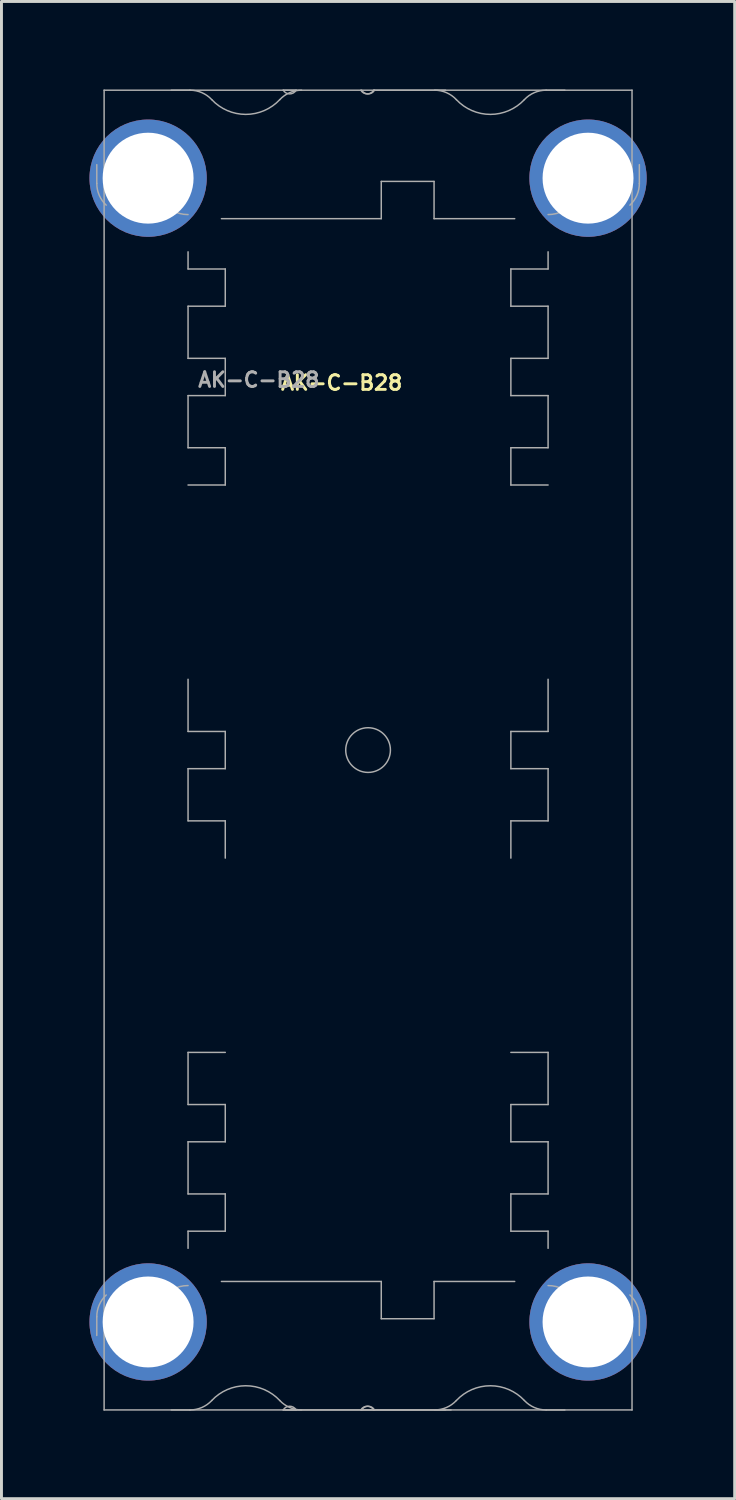
<source format=kicad_pcb>
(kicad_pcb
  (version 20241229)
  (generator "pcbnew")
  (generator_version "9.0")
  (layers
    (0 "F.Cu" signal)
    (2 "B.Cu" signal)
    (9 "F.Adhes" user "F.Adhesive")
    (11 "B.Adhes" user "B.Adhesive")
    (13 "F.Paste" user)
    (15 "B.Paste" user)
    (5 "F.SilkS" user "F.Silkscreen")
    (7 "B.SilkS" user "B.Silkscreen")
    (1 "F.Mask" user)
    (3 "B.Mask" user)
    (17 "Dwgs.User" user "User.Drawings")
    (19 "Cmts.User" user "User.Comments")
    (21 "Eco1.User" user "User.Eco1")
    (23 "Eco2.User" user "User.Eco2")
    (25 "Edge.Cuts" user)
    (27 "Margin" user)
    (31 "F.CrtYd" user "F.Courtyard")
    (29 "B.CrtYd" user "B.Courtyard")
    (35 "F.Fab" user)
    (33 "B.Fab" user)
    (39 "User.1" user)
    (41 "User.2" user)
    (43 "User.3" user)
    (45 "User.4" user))
  (footprint "AK-C-B28"
    (layer "F.Cu")
    (at 9.5 22.525)
    (property "Reference" "AK-C-B28" (at -0.9 -12.525 0) (layer "F.SilkS") (effects (font (size 0.5 0.5) (thickness 0.1))))
    (attr exclude_from_pos_files exclude_from_bom)
    (fp_line (start -9.25 -19.96) (end -9.25 -19.322) (stroke (width 0.05) (type solid)) (layer "F.Fab"))
    (fp_line (start -9.25 19.322) (end -9.25 19.96) (stroke (width 0.05) (type solid)) (layer "F.Fab"))
    (fp_line (start -9 -22.5) (end 9 -22.5) (stroke (width 0.05) (type solid)) (layer "F.Fab"))
    (fp_line (start -9 22.5) (end -9 -22.5) (stroke (width 0.05) (type solid)) (layer "F.Fab"))
    (fp_line (start -9 22.5) (end 9 22.5) (stroke (width 0.05) (type solid)) (layer "F.Fab"))
    (fp_line (start -6.71 22.5) (end -6.072 22.5) (stroke (width 0.05) (type solid)) (layer "F.Fab"))
    (fp_line (start -6.138 -16.988) (end -6.138 -16.404) (stroke (width 0.05) (type solid)) (layer "F.Fab"))
    (fp_line (start -6.138 -16.404) (end -4.869 -16.404) (stroke (width 0.05) (type solid)) (layer "F.Fab"))
    (fp_line (start -6.138 -15.134) (end -6.138 -13.356) (stroke (width 0.05) (type solid)) (layer "F.Fab"))
    (fp_line (start -6.138 -13.356) (end -4.869 -13.356) (stroke (width 0.05) (type solid)) (layer "F.Fab"))
    (fp_line (start -6.138 -12.086) (end -6.138 -10.308) (stroke (width 0.05) (type solid)) (layer "F.Fab"))
    (fp_line (start -6.138 -10.308) (end -4.869 -10.308) (stroke (width 0.05) (type solid)) (layer "F.Fab"))
    (fp_line (start -6.138 -2.413) (end -6.138 -0.635) (stroke (width 0.05) (type solid)) (layer "F.Fab"))
    (fp_line (start -6.138 -0.635) (end -4.869 -0.635) (stroke (width 0.05) (type solid)) (layer "F.Fab"))
    (fp_line (start -6.138 0.635) (end -6.138 2.413) (stroke (width 0.05) (type solid)) (layer "F.Fab"))
    (fp_line (start -6.138 2.413) (end -4.869 2.413) (stroke (width 0.05) (type solid)) (layer "F.Fab"))
    (fp_line (start -6.138 10.308) (end -6.138 12.086) (stroke (width 0.05) (type solid)) (layer "F.Fab"))
    (fp_line (start -6.138 12.086) (end -4.869 12.086) (stroke (width 0.05) (type solid)) (layer "F.Fab"))
    (fp_line (start -6.138 13.356) (end -6.138 15.134) (stroke (width 0.05) (type solid)) (layer "F.Fab"))
    (fp_line (start -6.138 15.134) (end -4.869 15.134) (stroke (width 0.05) (type solid)) (layer "F.Fab"))
    (fp_line (start -6.138 16.404) (end -6.138 16.988) (stroke (width 0.05) (type solid)) (layer "F.Fab"))
    (fp_line (start -6.072 -22.5) (end -6.71 -22.5) (stroke (width 0.05) (type solid)) (layer "F.Fab"))
    (fp_line (start -5 18.119) (end 0.45 18.119) (stroke (width 0.05) (type solid)) (layer "F.Fab"))
    (fp_line (start -4.869 -16.404) (end -4.869 -15.134) (stroke (width 0.05) (type solid)) (layer "F.Fab"))
    (fp_line (start -4.869 -15.134) (end -6.138 -15.134) (stroke (width 0.05) (type solid)) (layer "F.Fab"))
    (fp_line (start -4.869 -13.356) (end -4.869 -12.086) (stroke (width 0.05) (type solid)) (layer "F.Fab"))
    (fp_line (start -4.869 -12.086) (end -6.138 -12.086) (stroke (width 0.05) (type solid)) (layer "F.Fab"))
    (fp_line (start -4.869 -10.308) (end -4.869 -9.038) (stroke (width 0.05) (type solid)) (layer "F.Fab"))
    (fp_line (start -4.869 -9.038) (end -6.138 -9.038) (stroke (width 0.05) (type solid)) (layer "F.Fab"))
    (fp_line (start -4.869 -0.635) (end -4.869 0.635) (stroke (width 0.05) (type solid)) (layer "F.Fab"))
    (fp_line (start -4.869 0.635) (end -6.138 0.635) (stroke (width 0.05) (type solid)) (layer "F.Fab"))
    (fp_line (start -4.869 2.413) (end -4.869 3.683) (stroke (width 0.05) (type solid)) (layer "F.Fab"))
    (fp_line (start -4.869 10.308) (end -6.138 10.308) (stroke (width 0.05) (type solid)) (layer "F.Fab"))
    (fp_line (start -4.869 12.086) (end -4.869 13.356) (stroke (width 0.05) (type solid)) (layer "F.Fab"))
    (fp_line (start -4.869 13.356) (end -6.138 13.356) (stroke (width 0.05) (type solid)) (layer "F.Fab"))
    (fp_line (start -4.869 15.134) (end -4.869 16.404) (stroke (width 0.05) (type solid)) (layer "F.Fab"))
    (fp_line (start -4.869 16.404) (end -6.138 16.404) (stroke (width 0.05) (type solid)) (layer "F.Fab"))
    (fp_line (start -2.893 -22.5) (end -2.453 -22.5) (stroke (width 0.05) (type solid)) (layer "F.Fab"))
    (fp_line (start -2.828 22.5) (end -0.22 22.5) (stroke (width 0.05) (type solid)) (layer "F.Fab"))
    (fp_line (start -2.453 22.5) (end -2.893 22.5) (stroke (width 0.05) (type solid)) (layer "F.Fab"))
    (fp_line (start 0.193 22.5) (end -0.247 22.5) (stroke (width 0.05) (type solid)) (layer "F.Fab"))
    (fp_line (start 0.193 22.5) (end 2.643 22.5) (stroke (width 0.05) (type solid)) (layer "F.Fab"))
    (fp_line (start 0.22 22.5) (end -0.22 22.5) (stroke (width 0.05) (type solid)) (layer "F.Fab"))
    (fp_line (start 0.22 22.5) (end 2.828 22.5) (stroke (width 0.05) (type solid)) (layer "F.Fab"))
    (fp_line (start 0.45 -19.389) (end 0.45 -18.119) (stroke (width 0.05) (type solid)) (layer "F.Fab"))
    (fp_line (start 0.45 -18.119) (end -5 -18.119) (stroke (width 0.05) (type solid)) (layer "F.Fab"))
    (fp_line (start 0.45 18.119) (end 0.45 19.389) (stroke (width 0.05) (type solid)) (layer "F.Fab"))
    (fp_line (start 0.45 19.389) (end 2.25 19.389) (stroke (width 0.05) (type solid)) (layer "F.Fab"))
    (fp_line (start 2.25 -19.389) (end 0.45 -19.389) (stroke (width 0.05) (type solid)) (layer "F.Fab"))
    (fp_line (start 2.25 -18.119) (end 2.25 -19.389) (stroke (width 0.05) (type solid)) (layer "F.Fab"))
    (fp_line (start 2.25 18.119) (end 5 18.119) (stroke (width 0.05) (type solid)) (layer "F.Fab"))
    (fp_line (start 2.25 19.389) (end 2.25 18.119) (stroke (width 0.05) (type solid)) (layer "F.Fab"))
    (fp_line (start 2.643 -22.5) (end 0.193 -22.5) (stroke (width 0.05) (type solid)) (layer "F.Fab"))
    (fp_line (start 4.869 -16.404) (end 6.138 -16.404) (stroke (width 0.05) (type solid)) (layer "F.Fab"))
    (fp_line (start 4.869 -15.134) (end 4.869 -16.404) (stroke (width 0.05) (type solid)) (layer "F.Fab"))
    (fp_line (start 4.869 -13.356) (end 6.138 -13.356) (stroke (width 0.05) (type solid)) (layer "F.Fab"))
    (fp_line (start 4.869 -12.086) (end 4.869 -13.356) (stroke (width 0.05) (type solid)) (layer "F.Fab"))
    (fp_line (start 4.869 -10.308) (end 6.138 -10.308) (stroke (width 0.05) (type solid)) (layer "F.Fab"))
    (fp_line (start 4.869 -9.038) (end 4.869 -10.308) (stroke (width 0.05) (type solid)) (layer "F.Fab"))
    (fp_line (start 4.869 -0.635) (end 6.138 -0.635) (stroke (width 0.05) (type solid)) (layer "F.Fab"))
    (fp_line (start 4.869 0.635) (end 4.869 -0.635) (stroke (width 0.05) (type solid)) (layer "F.Fab"))
    (fp_line (start 4.869 2.413) (end 6.138 2.413) (stroke (width 0.05) (type solid)) (layer "F.Fab"))
    (fp_line (start 4.869 3.683) (end 4.869 2.413) (stroke (width 0.05) (type solid)) (layer "F.Fab"))
    (fp_line (start 4.869 12.086) (end 6.138 12.086) (stroke (width 0.05) (type solid)) (layer "F.Fab"))
    (fp_line (start 4.869 13.356) (end 4.869 12.086) (stroke (width 0.05) (type solid)) (layer "F.Fab"))
    (fp_line (start 4.869 15.134) (end 6.138 15.134) (stroke (width 0.05) (type solid)) (layer "F.Fab"))
    (fp_line (start 4.869 16.404) (end 4.869 15.134) (stroke (width 0.05) (type solid)) (layer "F.Fab"))
    (fp_line (start 5 -18.119) (end 2.25 -18.119) (stroke (width 0.05) (type solid)) (layer "F.Fab"))
    (fp_line (start 6.072 22.5) (end 6.71 22.5) (stroke (width 0.05) (type solid)) (layer "F.Fab"))
    (fp_line (start 6.138 -16.404) (end 6.138 -16.988) (stroke (width 0.05) (type solid)) (layer "F.Fab"))
    (fp_line (start 6.138 -15.134) (end 4.869 -15.134) (stroke (width 0.05) (type solid)) (layer "F.Fab"))
    (fp_line (start 6.138 -13.356) (end 6.138 -15.134) (stroke (width 0.05) (type solid)) (layer "F.Fab"))
    (fp_line (start 6.138 -12.086) (end 4.869 -12.086) (stroke (width 0.05) (type solid)) (layer "F.Fab"))
    (fp_line (start 6.138 -10.308) (end 6.138 -12.086) (stroke (width 0.05) (type solid)) (layer "F.Fab"))
    (fp_line (start 6.138 -9.038) (end 4.869 -9.038) (stroke (width 0.05) (type solid)) (layer "F.Fab"))
    (fp_line (start 6.138 -0.635) (end 6.138 -2.413) (stroke (width 0.05) (type solid)) (layer "F.Fab"))
    (fp_line (start 6.138 0.635) (end 4.869 0.635) (stroke (width 0.05) (type solid)) (layer "F.Fab"))
    (fp_line (start 6.138 2.413) (end 6.138 0.635) (stroke (width 0.05) (type solid)) (layer "F.Fab"))
    (fp_line (start 6.138 10.308) (end 4.869 10.308) (stroke (width 0.05) (type solid)) (layer "F.Fab"))
    (fp_line (start 6.138 12.086) (end 6.138 10.308) (stroke (width 0.05) (type solid)) (layer "F.Fab"))
    (fp_line (start 6.138 13.356) (end 4.869 13.356) (stroke (width 0.05) (type solid)) (layer "F.Fab"))
    (fp_line (start 6.138 15.134) (end 6.138 13.356) (stroke (width 0.05) (type solid)) (layer "F.Fab"))
    (fp_line (start 6.138 16.404) (end 4.869 16.404) (stroke (width 0.05) (type solid)) (layer "F.Fab"))
    (fp_line (start 6.138 16.988) (end 6.138 16.404) (stroke (width 0.05) (type solid)) (layer "F.Fab"))
    (fp_line (start 6.71 -22.5) (end 6.072 -22.5) (stroke (width 0.05) (type solid)) (layer "F.Fab"))
    (fp_line (start 7.15 19.978) (end 7.188 19.9) (stroke (width 0.05) (type solid)) (layer "F.Fab"))
    (fp_line (start 9 22.5) (end 9 -22.5) (stroke (width 0.05) (type solid)) (layer "F.Fab"))
    (fp_line (start 9.25 -19.322) (end 9.25 -19.96) (stroke (width 0.05) (type solid)) (layer "F.Fab"))
    (fp_line (start 9.25 19.96) (end 9.25 19.322) (stroke (width 0.05) (type solid)) (layer "F.Fab"))
    (fp_arc (start -9.250001 19.321823) (mid -9.165991 18.917285) (end -8.927854 18.579648) (stroke (width 0.05) (type solid)) (layer "F.Fab"))
    (fp_arc (start -8.927854 -18.579647) (mid -9.165991 -18.917285) (end -9.25 -19.321822) (stroke (width 0.05) (type solid)) (layer "F.Fab"))
    (fp_arc (start -7.166443 -19.858513) (mid -7.137554 -20.387553) (end -6.608514 -20.416442) (stroke (width 0.05) (type solid)) (layer "F.Fab"))
    (fp_arc (start -7.166442 19.858514) (mid -7.089509 18.777631) (end -6.1385 18.2582) (stroke (width 0.05) (type solid)) (layer "F.Fab"))
    (fp_arc (start -6.608514 20.416443) (mid -7.137554 20.387554) (end -7.166443 19.858514) (stroke (width 0.05) (type solid)) (layer "F.Fab"))
    (fp_arc (start -6.138499 -18.2582) (mid -7.089508 -18.77763) (end -7.166443 -19.858513) (stroke (width 0.05) (type solid)) (layer "F.Fab"))
    (fp_arc (start -6.071822 -22.5) (mid -5.667285 -22.41599) (end -5.329648 -22.177853) (stroke (width 0.05) (type solid)) (layer "F.Fab"))
    (fp_arc (start -5.329648 22.177854) (mid -5.667286 22.415991) (end -6.071823 22.5) (stroke (width 0.05) (type solid)) (layer "F.Fab"))
    (fp_arc (start -5.329647 22.177854) (mid -4.17 21.674501) (end -3.010353 22.177854) (stroke (width 0.05) (type solid)) (layer "F.Fab"))
    (fp_arc (start -3.010353 -22.177854) (mid -2.672715 -22.415991) (end -2.268178 -22.5) (stroke (width 0.05) (type solid)) (layer "F.Fab"))
    (fp_arc (start -3.010352 -22.177853) (mid -4.17 -21.674499) (end -5.329648 -22.177853) (stroke (width 0.05) (type solid)) (layer "F.Fab"))
    (fp_arc (start -2.89297 22.5) (mid -2.673 22.373) (end -2.45303 22.5) (stroke (width 0.05) (type solid)) (layer "F.Fab"))
    (fp_arc (start -2.453029 -22.5) (mid -2.673 -22.373) (end -2.892971 -22.5) (stroke (width 0.05) (type solid)) (layer "F.Fab"))
    (fp_arc (start -2.268178 22.500001) (mid -2.672716 22.415991) (end -3.010353 22.177854) (stroke (width 0.05) (type solid)) (layer "F.Fab"))
    (fp_arc (start -0.24697 22.5) (mid -0.027 22.373) (end 0.19297 22.5) (stroke (width 0.05) (type solid)) (layer "F.Fab"))
    (fp_arc (start -0.21997 22.5) (mid 0 22.373) (end 0.21997 22.5) (stroke (width 0.05) (type solid)) (layer "F.Fab"))
    (fp_arc (start 0.192971 -22.5) (mid -0.027 -22.373) (end -0.246971 -22.5) (stroke (width 0.05) (type solid)) (layer "F.Fab"))
    (fp_arc (start 0.219971 -22.5) (mid 0 -22.373) (end -0.219971 -22.5) (stroke (width 0.05) (type solid)) (layer "F.Fab"))
    (fp_arc (start 2.268178 -22.5) (mid 2.672715 -22.41599) (end 3.010352 -22.177853) (stroke (width 0.05) (type solid)) (layer "F.Fab"))
    (fp_arc (start 3.010352 22.177854) (mid 2.672714 22.415991) (end 2.268177 22.5) (stroke (width 0.05) (type solid)) (layer "F.Fab"))
    (fp_arc (start 3.010353 22.177854) (mid 4.17 21.674501) (end 5.329647 22.177854) (stroke (width 0.05) (type solid)) (layer "F.Fab"))
    (fp_arc (start 5.329647 -22.177854) (mid 5.667285 -22.415991) (end 6.071822 -22.5) (stroke (width 0.05) (type solid)) (layer "F.Fab"))
    (fp_arc (start 5.329648 -22.177853) (mid 4.17 -21.674499) (end 3.010352 -22.177853) (stroke (width 0.05) (type solid)) (layer "F.Fab"))
    (fp_arc (start 6.071822 22.500001) (mid 5.667284 22.415991) (end 5.329647 22.177854) (stroke (width 0.05) (type solid)) (layer "F.Fab"))
    (fp_arc (start 6.138501 18.2582) (mid 7.089509 18.777632) (end 7.166442 19.858514) (stroke (width 0.05) (type solid)) (layer "F.Fab"))
    (fp_arc (start 6.608513 -20.416442) (mid 7.137553 -20.387553) (end 7.166442 -19.858513) (stroke (width 0.05) (type solid)) (layer "F.Fab"))
    (fp_arc (start 6.917142 -19.679337) (mid 6.988651 -19.325) (end 6.917142 -18.970663) (stroke (width 0.05) (type solid)) (layer "F.Fab"))
    (fp_arc (start 6.917142 18.970663) (mid 6.988651 19.325) (end 6.917142 19.679337) (stroke (width 0.05) (type solid)) (layer "F.Fab"))
    (fp_arc (start 7.149686 19.977576) (mid 6.931157 20.245761) (end 6.64781 20.444238) (stroke (width 0.05) (type solid)) (layer "F.Fab"))
    (fp_arc (start 7.166442 -19.858514) (mid 7.089509 -18.777631) (end 6.1385 -18.2582) (stroke (width 0.05) (type solid)) (layer "F.Fab"))
    (fp_arc (start 7.166442 19.858514) (mid 7.137553 20.387554) (end 6.608513 20.416443) (stroke (width 0.05) (type solid)) (layer "F.Fab"))
    (fp_arc (start 8.927854 18.579648) (mid 9.165991 18.917286) (end 9.25 19.321823) (stroke (width 0.05) (type solid)) (layer "F.Fab"))
    (fp_arc (start 9.25 -19.321821) (mid 9.16599 -18.917284) (end 8.927853 -18.579647) (stroke (width 0.05) (type solid)) (layer "F.Fab"))
    (fp_circle (center 0 0) (end 0.762 0) (stroke (width 0.05) (type solid)) (fill no) (layer "F.Fab"))
    (fp_text user "${REFERENCE}" (at -3.725 -12.625 0) (layer "F.Fab") (effects (font (size 0.5 0.5) (thickness 0.1))))
    (pad "1" thru_hole circle (at -7.5 -19.5) (size 4 4) (drill 3.1) (layers "*.Cu" "*.Mask"))
    (pad "2" thru_hole circle (at -7.5 19.5) (size 4 4) (drill 3.1) (layers "*.Cu" "*.Mask"))
    (pad "3" thru_hole circle (at 7.5 -19.5) (size 4 4) (drill 3.1) (layers "*.Cu" "*.Mask"))
    (pad "4" thru_hole circle (at 7.5 19.5) (size 4 4) (drill 3.1) (layers "*.Cu" "*.Mask")))
  (gr_rect
    (start -3 -3)
    (end 22 48.05)
    (stroke (width 0.1) (type default))
    (fill no)
    (layer "Edge.Cuts")))
</source>
